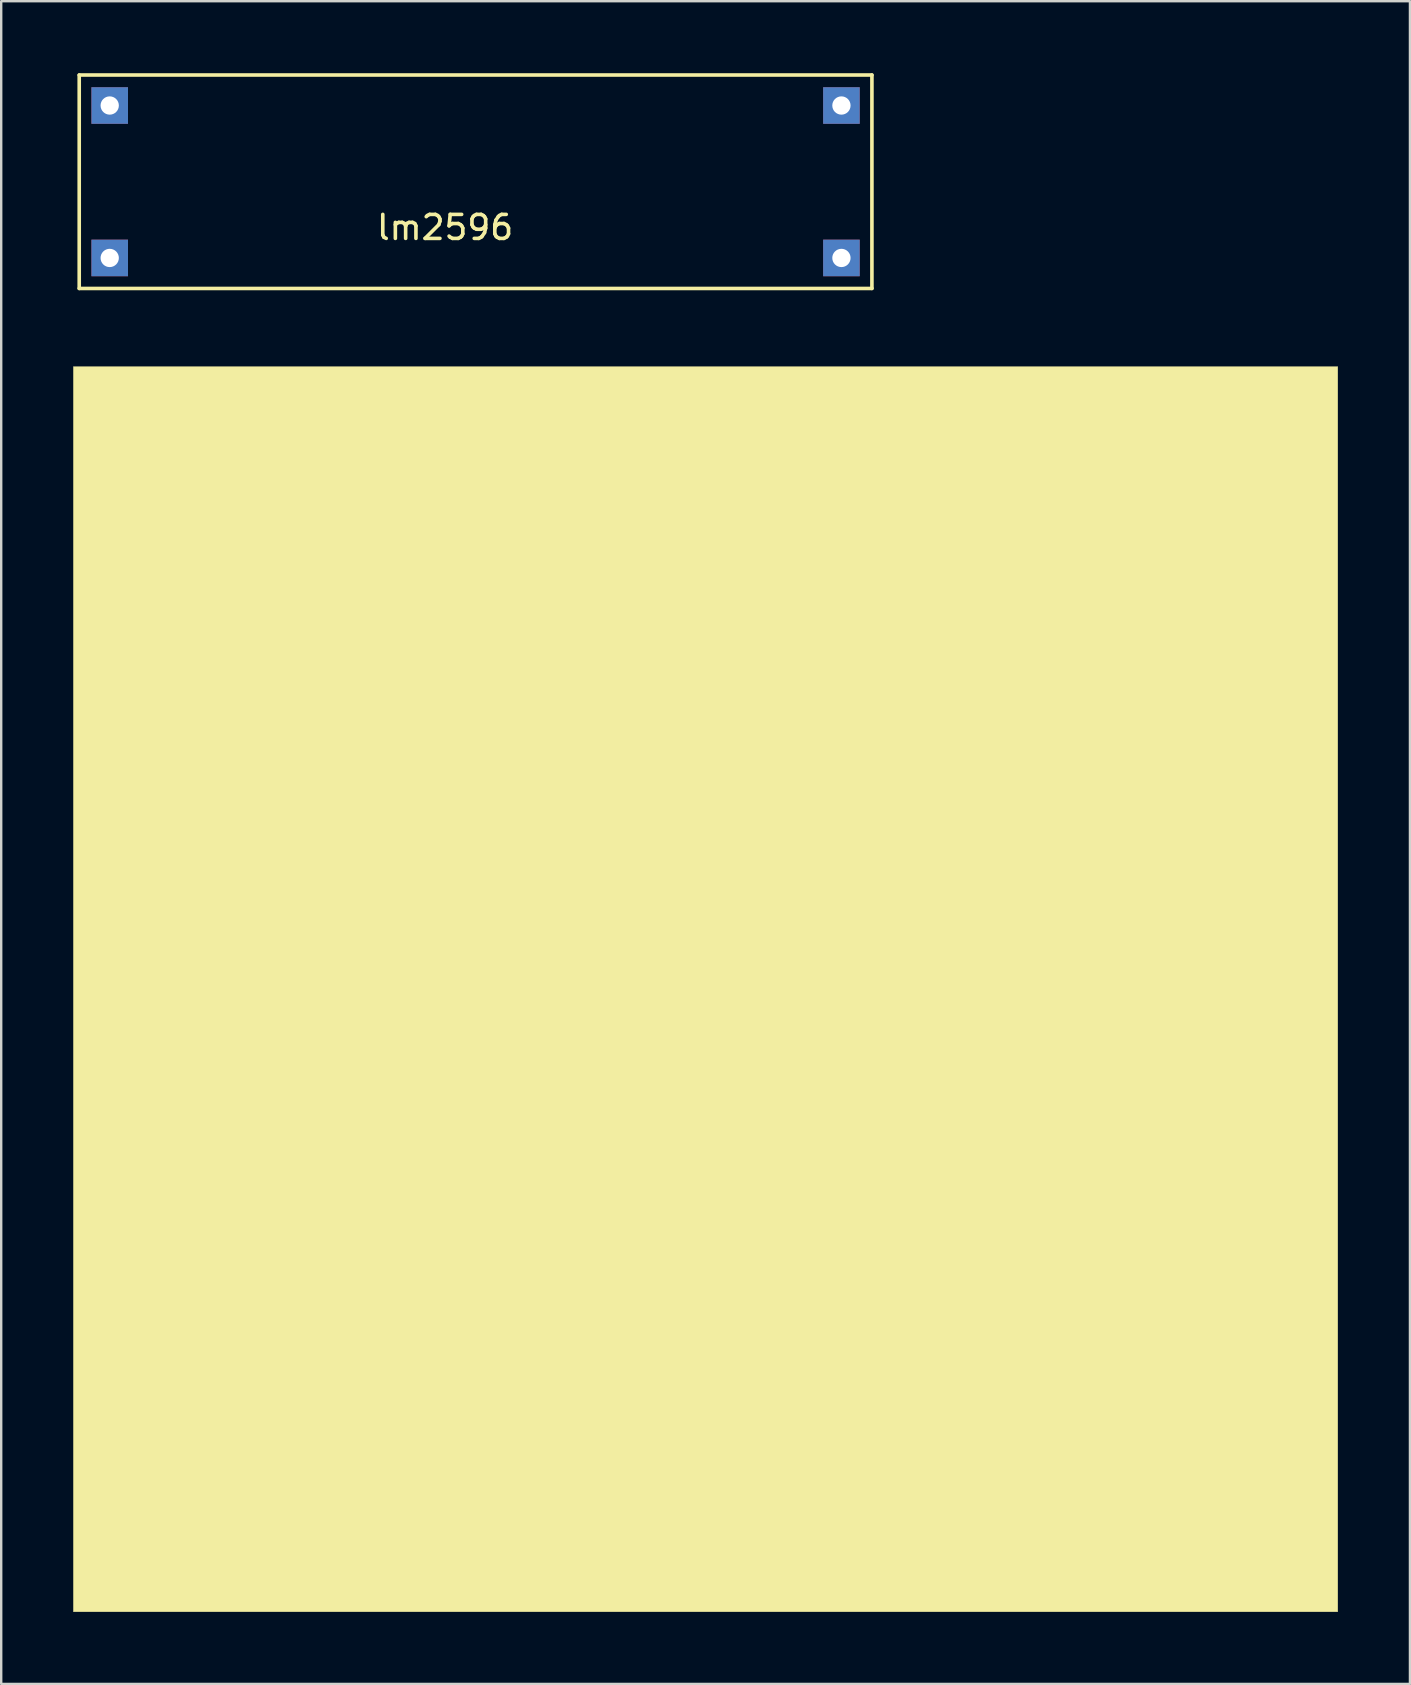
<source format=kicad_pcb>
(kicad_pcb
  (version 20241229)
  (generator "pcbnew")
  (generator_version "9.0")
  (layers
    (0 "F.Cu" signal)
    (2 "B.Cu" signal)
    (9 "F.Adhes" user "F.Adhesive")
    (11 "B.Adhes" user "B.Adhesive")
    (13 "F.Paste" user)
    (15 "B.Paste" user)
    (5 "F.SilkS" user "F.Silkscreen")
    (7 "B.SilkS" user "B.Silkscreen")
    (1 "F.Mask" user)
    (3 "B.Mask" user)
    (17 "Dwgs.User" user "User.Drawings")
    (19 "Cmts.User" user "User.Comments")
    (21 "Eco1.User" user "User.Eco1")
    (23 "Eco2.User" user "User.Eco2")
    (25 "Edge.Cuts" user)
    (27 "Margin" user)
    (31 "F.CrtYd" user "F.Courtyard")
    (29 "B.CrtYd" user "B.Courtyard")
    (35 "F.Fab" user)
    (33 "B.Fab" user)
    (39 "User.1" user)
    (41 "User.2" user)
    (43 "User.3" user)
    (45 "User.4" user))
  (footprint "logo"
    (layer "F.Cu")
    (at 26.207 38.155)
    (property "Reference" "logo" (at 0 0 0) (layer "F.SilkS") (effects (font (size 1.524 1.524) (thickness 0.3))))
    (attr through_hole)
    (fp_poly (pts (xy 26.469 25.935) (xy -26.202 25.935) (xy -26.202 -25.935) (xy 26.469 -25.935) (xy 26.469 25.935)) (stroke (width 0.01) (type solid)) (fill yes) (layer "F.SilkS")))
  (footprint "lm2596"
    (layer "F.Cu")
    (at 0.25 8.965)
    (property "Reference" "lm2596" (at 15.24 -2.54 0) (layer "F.SilkS") (effects (font (size 1 1) (thickness 0.15))))
    (attr through_hole)
    (fp_line (start 0 -8.89) (end 0 0) (stroke (width 0.15) (type solid)) (layer "F.SilkS"))
    (fp_line (start 0 0) (end 33.02 0) (stroke (width 0.15) (type solid)) (layer "F.SilkS"))
    (fp_line (start 33.02 -8.89) (end 0 -8.89) (stroke (width 0.15) (type solid)) (layer "F.SilkS"))
    (fp_line (start 33.02 0) (end 33.02 -8.89) (stroke (width 0.15) (type solid)) (layer "F.SilkS"))
    (pad "0" thru_hole rect (at 1.27 -7.62) (size 1.524 1.524) (drill 0.762) (layers "*.Cu" "*.Mask"))
    (pad "2" thru_hole rect (at 1.27 -1.27) (size 1.524 1.524) (drill 0.762) (layers "*.Cu" "*.Mask"))
    (pad "2" thru_hole rect (at 31.75 -7.62) (size 1.524 1.524) (drill 0.762) (layers "*.Cu" "*.Mask"))
    (pad "3" thru_hole rect (at 31.75 -1.27) (size 1.524 1.524) (drill 0.762) (layers "*.Cu" "*.Mask")))
  (gr_rect
    (start -3 -3)
    (end 55.682 67.094)
    (stroke (width 0.1) (type default))
    (fill no)
    (layer "Edge.Cuts")))
</source>
